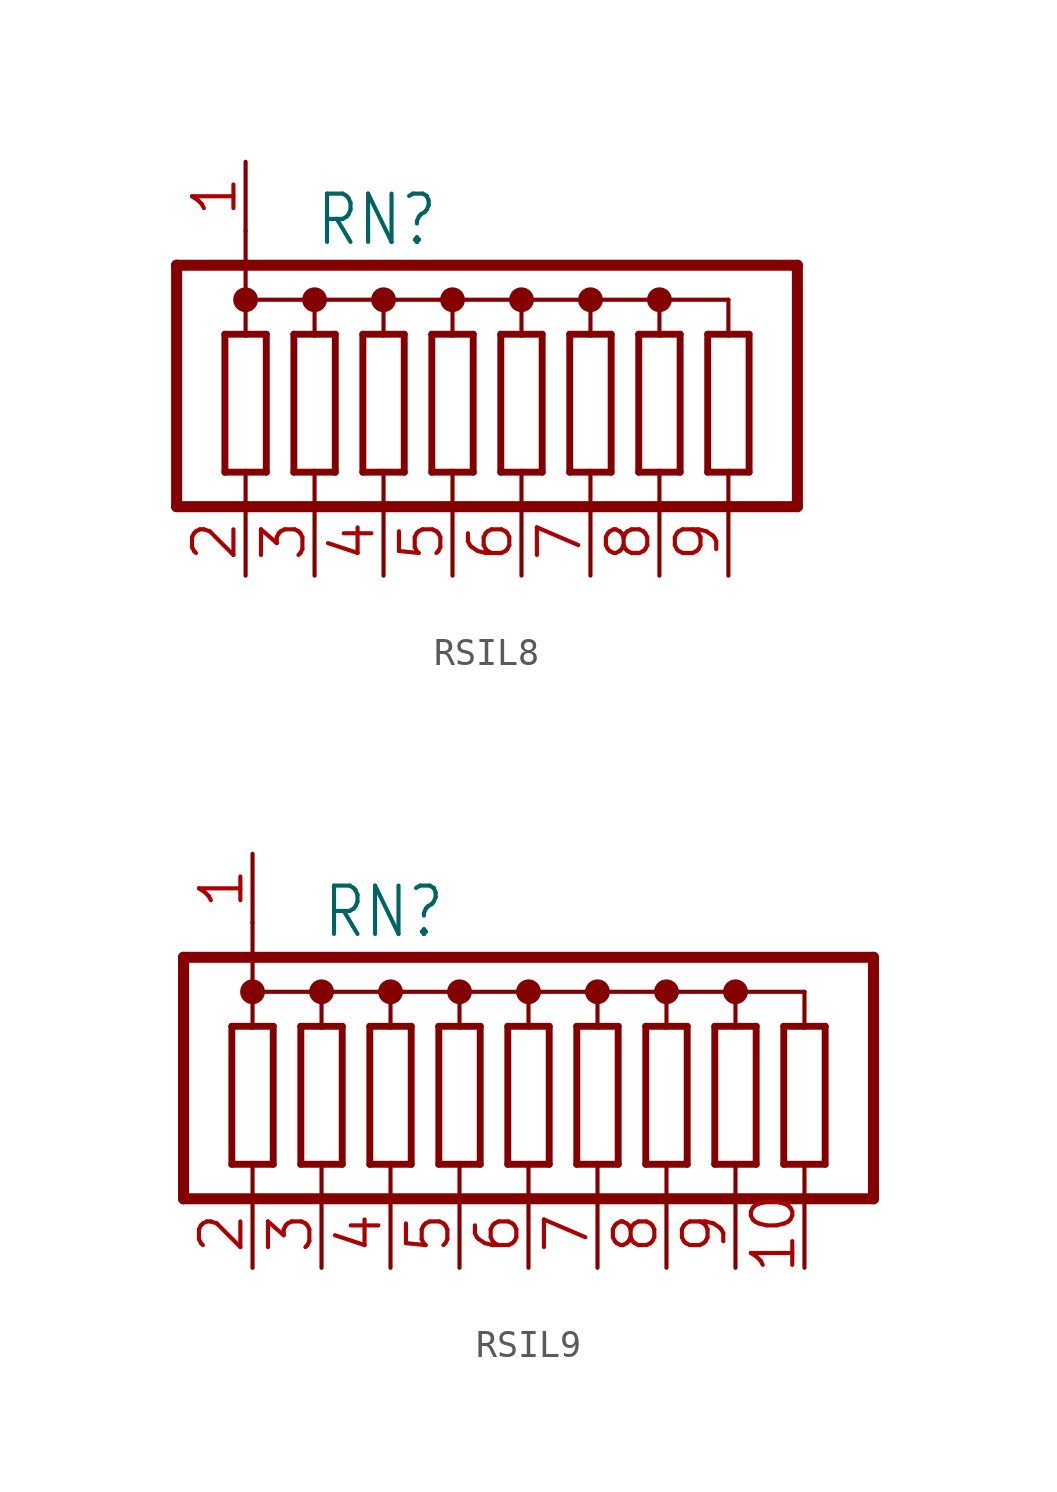
<source format=kicad_sym>
(kicad_symbol_lib
  (version 20241209)
  (generator "kicad_symbol_editor")
  (generator_version "9.0")
  (symbol "RSIL8"
    (property "Reference" "RN"
      (at -7.62 6.985 0)
      (effects (font (size 1.778 1.511)) (justify left bottom)))
    (property "Value" ""
      (at 2.54 6.985 0)
      (effects (font (size 1.778 1.511)) (justify left bottom)))
    (property "ki_locked" ""
      (at 0 0 0)
      (effects (font (size 1.27 1.27))))
    (symbol "RSIL8_1_0"
      (polyline (pts (xy -12.7 6.35) (xy 10.16 6.35)) (stroke (width 0.406) (type solid)) (fill (type none)))
      (polyline (pts (xy -12.7 -2.54) (xy -12.7 6.35)) (stroke (width 0.406) (type solid)) (fill (type none)))
      (polyline (pts (xy -12.7 -2.54) (xy 10.16 -2.54)) (stroke (width 0.406) (type solid)) (fill (type none)))
      (polyline (pts (xy -10.922 3.81) (xy -10.922 -1.27)) (stroke (width 0.254) (type solid)) (fill (type none)))
      (polyline (pts (xy -10.922 -1.27) (xy -10.16 -1.27)) (stroke (width 0.254) (type solid)) (fill (type none)))
      (polyline (pts (xy -10.16 7.62) (xy -10.16 5.08)) (stroke (width 0.152) (type solid)) (fill (type none)))
      (circle (center -10.16 5.08) (radius 0.254) (stroke (width 0.406) (type solid)) (fill (type none)))
      (polyline (pts (xy -10.16 5.08) (xy -10.16 3.81)) (stroke (width 0.152) (type solid)) (fill (type none)))
      (polyline (pts (xy -10.16 5.08) (xy -7.62 5.08)) (stroke (width 0.152) (type solid)) (fill (type none)))
      (polyline (pts (xy -10.16 3.81) (xy -10.922 3.81)) (stroke (width 0.254) (type solid)) (fill (type none)))
      (polyline (pts (xy -10.16 -1.27) (xy -10.16 -2.54)) (stroke (width 0.152) (type solid)) (fill (type none)))
      (polyline (pts (xy -10.16 -1.27) (xy -9.398 -1.27)) (stroke (width 0.254) (type solid)) (fill (type none)))
      (polyline (pts (xy -9.398 3.81) (xy -10.16 3.81)) (stroke (width 0.254) (type solid)) (fill (type none)))
      (polyline (pts (xy -9.398 -1.27) (xy -9.398 3.81)) (stroke (width 0.254) (type solid)) (fill (type none)))
      (polyline (pts (xy -8.382 3.81) (xy -8.382 -1.27)) (stroke (width 0.254) (type solid)) (fill (type none)))
      (polyline (pts (xy -8.382 -1.27) (xy -7.62 -1.27)) (stroke (width 0.254) (type solid)) (fill (type none)))
      (circle (center -7.62 5.08) (radius 0.254) (stroke (width 0.406) (type solid)) (fill (type none)))
      (polyline (pts (xy -7.62 5.08) (xy -7.62 3.81)) (stroke (width 0.152) (type solid)) (fill (type none)))
      (polyline (pts (xy -7.62 5.08) (xy -5.08 5.08)) (stroke (width 0.152) (type solid)) (fill (type none)))
      (polyline (pts (xy -7.62 3.81) (xy -8.382 3.81)) (stroke (width 0.254) (type solid)) (fill (type none)))
      (polyline (pts (xy -7.62 -1.27) (xy -6.858 -1.27)) (stroke (width 0.254) (type solid)) (fill (type none)))
      (polyline (pts (xy -7.62 -2.54) (xy -7.62 -1.27)) (stroke (width 0.152) (type solid)) (fill (type none)))
      (polyline (pts (xy -6.858 3.81) (xy -7.62 3.81)) (stroke (width 0.254) (type solid)) (fill (type none)))
      (polyline (pts (xy -6.858 -1.27) (xy -6.858 3.81)) (stroke (width 0.254) (type solid)) (fill (type none)))
      (polyline (pts (xy -5.842 3.81) (xy -5.842 -1.27)) (stroke (width 0.254) (type solid)) (fill (type none)))
      (polyline (pts (xy -5.842 -1.27) (xy -5.08 -1.27)) (stroke (width 0.254) (type solid)) (fill (type none)))
      (circle (center -5.08 5.08) (radius 0.254) (stroke (width 0.406) (type solid)) (fill (type none)))
      (polyline (pts (xy -5.08 5.08) (xy -5.08 3.81)) (stroke (width 0.152) (type solid)) (fill (type none)))
      (polyline (pts (xy -5.08 5.08) (xy -2.54 5.08)) (stroke (width 0.152) (type solid)) (fill (type none)))
      (polyline (pts (xy -5.08 3.81) (xy -5.842 3.81)) (stroke (width 0.254) (type solid)) (fill (type none)))
      (polyline (pts (xy -5.08 -1.27) (xy -4.318 -1.27)) (stroke (width 0.254) (type solid)) (fill (type none)))
      (polyline (pts (xy -5.08 -2.54) (xy -5.08 -1.27)) (stroke (width 0.152) (type solid)) (fill (type none)))
      (polyline (pts (xy -4.318 3.81) (xy -5.08 3.81)) (stroke (width 0.254) (type solid)) (fill (type none)))
      (polyline (pts (xy -4.318 -1.27) (xy -4.318 3.81)) (stroke (width 0.254) (type solid)) (fill (type none)))
      (polyline (pts (xy -3.302 3.81) (xy -3.302 -1.27)) (stroke (width 0.254) (type solid)) (fill (type none)))
      (polyline (pts (xy -3.302 -1.27) (xy -2.54 -1.27)) (stroke (width 0.254) (type solid)) (fill (type none)))
      (circle (center -2.54 5.08) (radius 0.254) (stroke (width 0.406) (type solid)) (fill (type none)))
      (polyline (pts (xy -2.54 5.08) (xy -2.54 3.81)) (stroke (width 0.152) (type solid)) (fill (type none)))
      (polyline (pts (xy -2.54 5.08) (xy 0 5.08)) (stroke (width 0.152) (type solid)) (fill (type none)))
      (polyline (pts (xy -2.54 3.81) (xy -3.302 3.81)) (stroke (width 0.254) (type solid)) (fill (type none)))
      (polyline (pts (xy -2.54 -1.27) (xy -1.778 -1.27)) (stroke (width 0.254) (type solid)) (fill (type none)))
      (polyline (pts (xy -2.54 -2.54) (xy -2.54 -1.27)) (stroke (width 0.152) (type solid)) (fill (type none)))
      (polyline (pts (xy -1.778 3.81) (xy -2.54 3.81)) (stroke (width 0.254) (type solid)) (fill (type none)))
      (polyline (pts (xy -1.778 -1.27) (xy -1.778 3.81)) (stroke (width 0.254) (type solid)) (fill (type none)))
      (polyline (pts (xy -0.762 3.81) (xy -0.762 -1.27)) (stroke (width 0.254) (type solid)) (fill (type none)))
      (polyline (pts (xy -0.762 -1.27) (xy 0 -1.27)) (stroke (width 0.254) (type solid)) (fill (type none)))
      (circle (center 0 5.08) (radius 0.254) (stroke (width 0.406) (type solid)) (fill (type none)))
      (polyline (pts (xy 0 5.08) (xy 0 3.81)) (stroke (width 0.152) (type solid)) (fill (type none)))
      (polyline (pts (xy 0 5.08) (xy 2.54 5.08)) (stroke (width 0.152) (type solid)) (fill (type none)))
      (polyline (pts (xy 0 3.81) (xy -0.762 3.81)) (stroke (width 0.254) (type solid)) (fill (type none)))
      (polyline (pts (xy 0 -1.27) (xy 0.762 -1.27)) (stroke (width 0.254) (type solid)) (fill (type none)))
      (polyline (pts (xy 0 -2.54) (xy 0 -1.27)) (stroke (width 0.152) (type solid)) (fill (type none)))
      (polyline (pts (xy 0.762 3.81) (xy 0 3.81)) (stroke (width 0.254) (type solid)) (fill (type none)))
      (polyline (pts (xy 0.762 -1.27) (xy 0.762 3.81)) (stroke (width 0.254) (type solid)) (fill (type none)))
      (polyline (pts (xy 1.778 3.81) (xy 1.778 -1.27)) (stroke (width 0.254) (type solid)) (fill (type none)))
      (polyline (pts (xy 1.778 -1.27) (xy 2.54 -1.27)) (stroke (width 0.254) (type solid)) (fill (type none)))
      (polyline (pts (xy 2.54 5.08) (xy 2.54 3.81)) (stroke (width 0.152) (type solid)) (fill (type none)))
      (polyline (pts (xy 2.54 5.08) (xy 5.08 5.08)) (stroke (width 0.152) (type solid)) (fill (type none)))
      (circle (center 2.54 5.08) (radius 0.254) (stroke (width 0.406) (type solid)) (fill (type none)))
      (polyline (pts (xy 2.54 3.81) (xy 1.778 3.81)) (stroke (width 0.254) (type solid)) (fill (type none)))
      (polyline (pts (xy 2.54 -1.27) (xy 2.54 -2.54)) (stroke (width 0.152) (type solid)) (fill (type none)))
      (polyline (pts (xy 2.54 -1.27) (xy 3.302 -1.27)) (stroke (width 0.254) (type solid)) (fill (type none)))
      (polyline (pts (xy 3.302 3.81) (xy 2.54 3.81)) (stroke (width 0.254) (type solid)) (fill (type none)))
      (polyline (pts (xy 3.302 -1.27) (xy 3.302 3.81)) (stroke (width 0.254) (type solid)) (fill (type none)))
      (polyline (pts (xy 4.318 3.81) (xy 4.318 -1.27)) (stroke (width 0.254) (type solid)) (fill (type none)))
      (polyline (pts (xy 4.318 -1.27) (xy 5.08 -1.27)) (stroke (width 0.254) (type solid)) (fill (type none)))
      (polyline (pts (xy 5.08 5.08) (xy 5.08 3.81)) (stroke (width 0.152) (type solid)) (fill (type none)))
      (polyline (pts (xy 5.08 5.08) (xy 7.62 5.08)) (stroke (width 0.152) (type solid)) (fill (type none)))
      (circle (center 5.08 5.08) (radius 0.254) (stroke (width 0.406) (type solid)) (fill (type none)))
      (polyline (pts (xy 5.08 3.81) (xy 4.318 3.81)) (stroke (width 0.254) (type solid)) (fill (type none)))
      (polyline (pts (xy 5.08 -1.27) (xy 5.842 -1.27)) (stroke (width 0.254) (type solid)) (fill (type none)))
      (polyline (pts (xy 5.08 -2.54) (xy 5.08 -1.27)) (stroke (width 0.152) (type solid)) (fill (type none)))
      (polyline (pts (xy 5.842 3.81) (xy 5.08 3.81)) (stroke (width 0.254) (type solid)) (fill (type none)))
      (polyline (pts (xy 5.842 -1.27) (xy 5.842 3.81)) (stroke (width 0.254) (type solid)) (fill (type none)))
      (polyline (pts (xy 6.858 3.81) (xy 6.858 -1.27)) (stroke (width 0.254) (type solid)) (fill (type none)))
      (polyline (pts (xy 6.858 -1.27) (xy 7.62 -1.27)) (stroke (width 0.254) (type solid)) (fill (type none)))
      (polyline (pts (xy 7.62 5.08) (xy 7.62 3.81)) (stroke (width 0.152) (type solid)) (fill (type none)))
      (polyline (pts (xy 7.62 3.81) (xy 6.858 3.81)) (stroke (width 0.254) (type solid)) (fill (type none)))
      (polyline (pts (xy 7.62 -1.27) (xy 8.382 -1.27)) (stroke (width 0.254) (type solid)) (fill (type none)))
      (polyline (pts (xy 7.62 -2.54) (xy 7.62 -1.27)) (stroke (width 0.152) (type solid)) (fill (type none)))
      (polyline (pts (xy 8.382 3.81) (xy 7.62 3.81)) (stroke (width 0.254) (type solid)) (fill (type none)))
      (polyline (pts (xy 8.382 -1.27) (xy 8.382 3.81)) (stroke (width 0.254) (type solid)) (fill (type none)))
      (polyline (pts (xy 10.16 6.35) (xy 10.16 -2.54)) (stroke (width 0.406) (type solid)) (fill (type none)))
      (pin passive line (at -10.16 10.16 270) (length 2.54) (name "1" (effects (font (size 0 0)))) (number "1" (effects (font (size 1.524 1.524)))))
      (pin passive line (at -10.16 -5.08 90) (length 2.54) (name "2" (effects (font (size 0 0)))) (number "2" (effects (font (size 1.524 1.524)))))
      (pin passive line (at -7.62 -5.08 90) (length 2.54) (name "3" (effects (font (size 0 0)))) (number "3" (effects (font (size 1.524 1.524)))))
      (pin passive line (at -5.08 -5.08 90) (length 2.54) (name "4" (effects (font (size 0 0)))) (number "4" (effects (font (size 1.524 1.524)))))
      (pin passive line (at -2.54 -5.08 90) (length 2.54) (name "5" (effects (font (size 0 0)))) (number "5" (effects (font (size 1.524 1.524)))))
      (pin passive line (at 0 -5.08 90) (length 2.54) (name "6" (effects (font (size 0 0)))) (number "6" (effects (font (size 1.524 1.524)))))
      (pin passive line (at 2.54 -5.08 90) (length 2.54) (name "7" (effects (font (size 0 0)))) (number "7" (effects (font (size 1.524 1.524)))))
      (pin passive line (at 5.08 -5.08 90) (length 2.54) (name "8" (effects (font (size 0 0)))) (number "8" (effects (font (size 1.524 1.524)))))
      (pin passive line (at 7.62 -5.08 90) (length 2.54) (name "9" (effects (font (size 0 0)))) (number "9" (effects (font (size 1.524 1.524)))))))
  (symbol "RSIL9"
    (property "Reference" "RN"
      (at -7.62 6.985 0)
      (effects (font (size 1.778 1.511)) (justify left bottom)))
    (property "Value" ""
      (at 2.54 6.985 0)
      (effects (font (size 1.778 1.511)) (justify left bottom)))
    (property "ki_locked" ""
      (at 0 0 0)
      (effects (font (size 1.27 1.27))))
    (symbol "RSIL9_1_0"
      (polyline (pts (xy -12.7 6.35) (xy 12.7 6.35)) (stroke (width 0.406) (type solid)) (fill (type none)))
      (polyline (pts (xy -12.7 -2.54) (xy -12.7 6.35)) (stroke (width 0.406) (type solid)) (fill (type none)))
      (polyline (pts (xy -12.7 -2.54) (xy 12.7 -2.54)) (stroke (width 0.406) (type solid)) (fill (type none)))
      (polyline (pts (xy -10.922 3.81) (xy -10.922 -1.27)) (stroke (width 0.254) (type solid)) (fill (type none)))
      (polyline (pts (xy -10.922 -1.27) (xy -10.16 -1.27)) (stroke (width 0.254) (type solid)) (fill (type none)))
      (polyline (pts (xy -10.16 7.62) (xy -10.16 5.08)) (stroke (width 0.152) (type solid)) (fill (type none)))
      (circle (center -10.16 5.08) (radius 0.254) (stroke (width 0.406) (type solid)) (fill (type none)))
      (polyline (pts (xy -10.16 5.08) (xy -10.16 3.81)) (stroke (width 0.152) (type solid)) (fill (type none)))
      (polyline (pts (xy -10.16 5.08) (xy -7.62 5.08)) (stroke (width 0.152) (type solid)) (fill (type none)))
      (polyline (pts (xy -10.16 3.81) (xy -10.922 3.81)) (stroke (width 0.254) (type solid)) (fill (type none)))
      (polyline (pts (xy -10.16 -1.27) (xy -10.16 -2.54)) (stroke (width 0.152) (type solid)) (fill (type none)))
      (polyline (pts (xy -10.16 -1.27) (xy -9.398 -1.27)) (stroke (width 0.254) (type solid)) (fill (type none)))
      (polyline (pts (xy -9.398 3.81) (xy -10.16 3.81)) (stroke (width 0.254) (type solid)) (fill (type none)))
      (polyline (pts (xy -9.398 -1.27) (xy -9.398 3.81)) (stroke (width 0.254) (type solid)) (fill (type none)))
      (polyline (pts (xy -8.382 3.81) (xy -8.382 -1.27)) (stroke (width 0.254) (type solid)) (fill (type none)))
      (polyline (pts (xy -8.382 -1.27) (xy -7.62 -1.27)) (stroke (width 0.254) (type solid)) (fill (type none)))
      (circle (center -7.62 5.08) (radius 0.254) (stroke (width 0.406) (type solid)) (fill (type none)))
      (polyline (pts (xy -7.62 5.08) (xy -7.62 3.81)) (stroke (width 0.152) (type solid)) (fill (type none)))
      (polyline (pts (xy -7.62 5.08) (xy -5.08 5.08)) (stroke (width 0.152) (type solid)) (fill (type none)))
      (polyline (pts (xy -7.62 3.81) (xy -8.382 3.81)) (stroke (width 0.254) (type solid)) (fill (type none)))
      (polyline (pts (xy -7.62 -1.27) (xy -6.858 -1.27)) (stroke (width 0.254) (type solid)) (fill (type none)))
      (polyline (pts (xy -7.62 -2.54) (xy -7.62 -1.27)) (stroke (width 0.152) (type solid)) (fill (type none)))
      (polyline (pts (xy -6.858 3.81) (xy -7.62 3.81)) (stroke (width 0.254) (type solid)) (fill (type none)))
      (polyline (pts (xy -6.858 -1.27) (xy -6.858 3.81)) (stroke (width 0.254) (type solid)) (fill (type none)))
      (polyline (pts (xy -5.842 3.81) (xy -5.842 -1.27)) (stroke (width 0.254) (type solid)) (fill (type none)))
      (polyline (pts (xy -5.842 -1.27) (xy -5.08 -1.27)) (stroke (width 0.254) (type solid)) (fill (type none)))
      (circle (center -5.08 5.08) (radius 0.254) (stroke (width 0.406) (type solid)) (fill (type none)))
      (polyline (pts (xy -5.08 5.08) (xy -5.08 3.81)) (stroke (width 0.152) (type solid)) (fill (type none)))
      (polyline (pts (xy -5.08 5.08) (xy -2.54 5.08)) (stroke (width 0.152) (type solid)) (fill (type none)))
      (polyline (pts (xy -5.08 3.81) (xy -5.842 3.81)) (stroke (width 0.254) (type solid)) (fill (type none)))
      (polyline (pts (xy -5.08 -1.27) (xy -4.318 -1.27)) (stroke (width 0.254) (type solid)) (fill (type none)))
      (polyline (pts (xy -5.08 -2.54) (xy -5.08 -1.27)) (stroke (width 0.152) (type solid)) (fill (type none)))
      (polyline (pts (xy -4.318 3.81) (xy -5.08 3.81)) (stroke (width 0.254) (type solid)) (fill (type none)))
      (polyline (pts (xy -4.318 -1.27) (xy -4.318 3.81)) (stroke (width 0.254) (type solid)) (fill (type none)))
      (polyline (pts (xy -3.302 3.81) (xy -3.302 -1.27)) (stroke (width 0.254) (type solid)) (fill (type none)))
      (polyline (pts (xy -3.302 -1.27) (xy -2.54 -1.27)) (stroke (width 0.254) (type solid)) (fill (type none)))
      (circle (center -2.54 5.08) (radius 0.254) (stroke (width 0.406) (type solid)) (fill (type none)))
      (polyline (pts (xy -2.54 5.08) (xy -2.54 3.81)) (stroke (width 0.152) (type solid)) (fill (type none)))
      (polyline (pts (xy -2.54 5.08) (xy 0 5.08)) (stroke (width 0.152) (type solid)) (fill (type none)))
      (polyline (pts (xy -2.54 3.81) (xy -3.302 3.81)) (stroke (width 0.254) (type solid)) (fill (type none)))
      (polyline (pts (xy -2.54 -1.27) (xy -1.778 -1.27)) (stroke (width 0.254) (type solid)) (fill (type none)))
      (polyline (pts (xy -2.54 -2.54) (xy -2.54 -1.27)) (stroke (width 0.152) (type solid)) (fill (type none)))
      (polyline (pts (xy -1.778 3.81) (xy -2.54 3.81)) (stroke (width 0.254) (type solid)) (fill (type none)))
      (polyline (pts (xy -1.778 -1.27) (xy -1.778 3.81)) (stroke (width 0.254) (type solid)) (fill (type none)))
      (polyline (pts (xy -0.762 3.81) (xy -0.762 -1.27)) (stroke (width 0.254) (type solid)) (fill (type none)))
      (polyline (pts (xy -0.762 -1.27) (xy 0 -1.27)) (stroke (width 0.254) (type solid)) (fill (type none)))
      (circle (center 0 5.08) (radius 0.254) (stroke (width 0.406) (type solid)) (fill (type none)))
      (polyline (pts (xy 0 5.08) (xy 0 3.81)) (stroke (width 0.152) (type solid)) (fill (type none)))
      (polyline (pts (xy 0 5.08) (xy 2.54 5.08)) (stroke (width 0.152) (type solid)) (fill (type none)))
      (polyline (pts (xy 0 3.81) (xy -0.762 3.81)) (stroke (width 0.254) (type solid)) (fill (type none)))
      (polyline (pts (xy 0 -1.27) (xy 0.762 -1.27)) (stroke (width 0.254) (type solid)) (fill (type none)))
      (polyline (pts (xy 0 -2.54) (xy 0 -1.27)) (stroke (width 0.152) (type solid)) (fill (type none)))
      (polyline (pts (xy 0.762 3.81) (xy 0 3.81)) (stroke (width 0.254) (type solid)) (fill (type none)))
      (polyline (pts (xy 0.762 -1.27) (xy 0.762 3.81)) (stroke (width 0.254) (type solid)) (fill (type none)))
      (polyline (pts (xy 1.778 3.81) (xy 1.778 -1.27)) (stroke (width 0.254) (type solid)) (fill (type none)))
      (polyline (pts (xy 1.778 -1.27) (xy 2.54 -1.27)) (stroke (width 0.254) (type solid)) (fill (type none)))
      (polyline (pts (xy 2.54 5.08) (xy 2.54 3.81)) (stroke (width 0.152) (type solid)) (fill (type none)))
      (polyline (pts (xy 2.54 5.08) (xy 5.08 5.08)) (stroke (width 0.152) (type solid)) (fill (type none)))
      (circle (center 2.54 5.08) (radius 0.254) (stroke (width 0.406) (type solid)) (fill (type none)))
      (polyline (pts (xy 2.54 3.81) (xy 1.778 3.81)) (stroke (width 0.254) (type solid)) (fill (type none)))
      (polyline (pts (xy 2.54 -1.27) (xy 2.54 -2.54)) (stroke (width 0.152) (type solid)) (fill (type none)))
      (polyline (pts (xy 2.54 -1.27) (xy 3.302 -1.27)) (stroke (width 0.254) (type solid)) (fill (type none)))
      (polyline (pts (xy 3.302 3.81) (xy 2.54 3.81)) (stroke (width 0.254) (type solid)) (fill (type none)))
      (polyline (pts (xy 3.302 -1.27) (xy 3.302 3.81)) (stroke (width 0.254) (type solid)) (fill (type none)))
      (polyline (pts (xy 4.318 3.81) (xy 4.318 -1.27)) (stroke (width 0.254) (type solid)) (fill (type none)))
      (polyline (pts (xy 4.318 -1.27) (xy 5.08 -1.27)) (stroke (width 0.254) (type solid)) (fill (type none)))
      (polyline (pts (xy 5.08 5.08) (xy 5.08 3.81)) (stroke (width 0.152) (type solid)) (fill (type none)))
      (polyline (pts (xy 5.08 5.08) (xy 7.62 5.08)) (stroke (width 0.152) (type solid)) (fill (type none)))
      (circle (center 5.08 5.08) (radius 0.254) (stroke (width 0.406) (type solid)) (fill (type none)))
      (polyline (pts (xy 5.08 3.81) (xy 4.318 3.81)) (stroke (width 0.254) (type solid)) (fill (type none)))
      (polyline (pts (xy 5.08 -1.27) (xy 5.842 -1.27)) (stroke (width 0.254) (type solid)) (fill (type none)))
      (polyline (pts (xy 5.08 -2.54) (xy 5.08 -1.27)) (stroke (width 0.152) (type solid)) (fill (type none)))
      (polyline (pts (xy 5.842 3.81) (xy 5.08 3.81)) (stroke (width 0.254) (type solid)) (fill (type none)))
      (polyline (pts (xy 5.842 -1.27) (xy 5.842 3.81)) (stroke (width 0.254) (type solid)) (fill (type none)))
      (polyline (pts (xy 6.858 3.81) (xy 6.858 -1.27)) (stroke (width 0.254) (type solid)) (fill (type none)))
      (polyline (pts (xy 6.858 -1.27) (xy 7.62 -1.27)) (stroke (width 0.254) (type solid)) (fill (type none)))
      (polyline (pts (xy 7.62 5.08) (xy 7.62 3.81)) (stroke (width 0.152) (type solid)) (fill (type none)))
      (polyline (pts (xy 7.62 5.08) (xy 10.16 5.08)) (stroke (width 0.152) (type solid)) (fill (type none)))
      (circle (center 7.62 5.08) (radius 0.254) (stroke (width 0.406) (type solid)) (fill (type none)))
      (polyline (pts (xy 7.62 3.81) (xy 6.858 3.81)) (stroke (width 0.254) (type solid)) (fill (type none)))
      (polyline (pts (xy 7.62 -1.27) (xy 8.382 -1.27)) (stroke (width 0.254) (type solid)) (fill (type none)))
      (polyline (pts (xy 7.62 -2.54) (xy 7.62 -1.27)) (stroke (width 0.152) (type solid)) (fill (type none)))
      (polyline (pts (xy 8.382 3.81) (xy 7.62 3.81)) (stroke (width 0.254) (type solid)) (fill (type none)))
      (polyline (pts (xy 8.382 -1.27) (xy 8.382 3.81)) (stroke (width 0.254) (type solid)) (fill (type none)))
      (polyline (pts (xy 9.398 3.81) (xy 9.398 -1.27)) (stroke (width 0.254) (type solid)) (fill (type none)))
      (polyline (pts (xy 9.398 -1.27) (xy 10.16 -1.27)) (stroke (width 0.254) (type solid)) (fill (type none)))
      (polyline (pts (xy 10.16 5.08) (xy 10.16 3.81)) (stroke (width 0.152) (type solid)) (fill (type none)))
      (polyline (pts (xy 10.16 3.81) (xy 9.398 3.81)) (stroke (width 0.254) (type solid)) (fill (type none)))
      (polyline (pts (xy 10.16 -1.27) (xy 10.922 -1.27)) (stroke (width 0.254) (type solid)) (fill (type none)))
      (polyline (pts (xy 10.16 -2.54) (xy 10.16 -1.27)) (stroke (width 0.152) (type solid)) (fill (type none)))
      (polyline (pts (xy 10.922 3.81) (xy 10.16 3.81)) (stroke (width 0.254) (type solid)) (fill (type none)))
      (polyline (pts (xy 10.922 -1.27) (xy 10.922 3.81)) (stroke (width 0.254) (type solid)) (fill (type none)))
      (polyline (pts (xy 12.7 6.35) (xy 12.7 -2.54)) (stroke (width 0.406) (type solid)) (fill (type none)))
      (pin passive line (at -10.16 10.16 270) (length 2.54) (name "1" (effects (font (size 0 0)))) (number "1" (effects (font (size 1.524 1.524)))))
      (pin passive line (at -10.16 -5.08 90) (length 2.54) (name "2" (effects (font (size 0 0)))) (number "2" (effects (font (size 1.524 1.524)))))
      (pin passive line (at -7.62 -5.08 90) (length 2.54) (name "3" (effects (font (size 0 0)))) (number "3" (effects (font (size 1.524 1.524)))))
      (pin passive line (at -5.08 -5.08 90) (length 2.54) (name "4" (effects (font (size 0 0)))) (number "4" (effects (font (size 1.524 1.524)))))
      (pin passive line (at -2.54 -5.08 90) (length 2.54) (name "5" (effects (font (size 0 0)))) (number "5" (effects (font (size 1.524 1.524)))))
      (pin passive line (at 0 -5.08 90) (length 2.54) (name "6" (effects (font (size 0 0)))) (number "6" (effects (font (size 1.524 1.524)))))
      (pin passive line (at 2.54 -5.08 90) (length 2.54) (name "7" (effects (font (size 0 0)))) (number "7" (effects (font (size 1.524 1.524)))))
      (pin passive line (at 5.08 -5.08 90) (length 2.54) (name "8" (effects (font (size 0 0)))) (number "8" (effects (font (size 1.524 1.524)))))
      (pin passive line (at 7.62 -5.08 90) (length 2.54) (name "9" (effects (font (size 0 0)))) (number "9" (effects (font (size 1.524 1.524)))))
      (pin passive line (at 10.16 -5.08 90) (length 2.54) (name "10" (effects (font (size 0 0)))) (number "10" (effects (font (size 1.524 1.524))))))))
</source>
